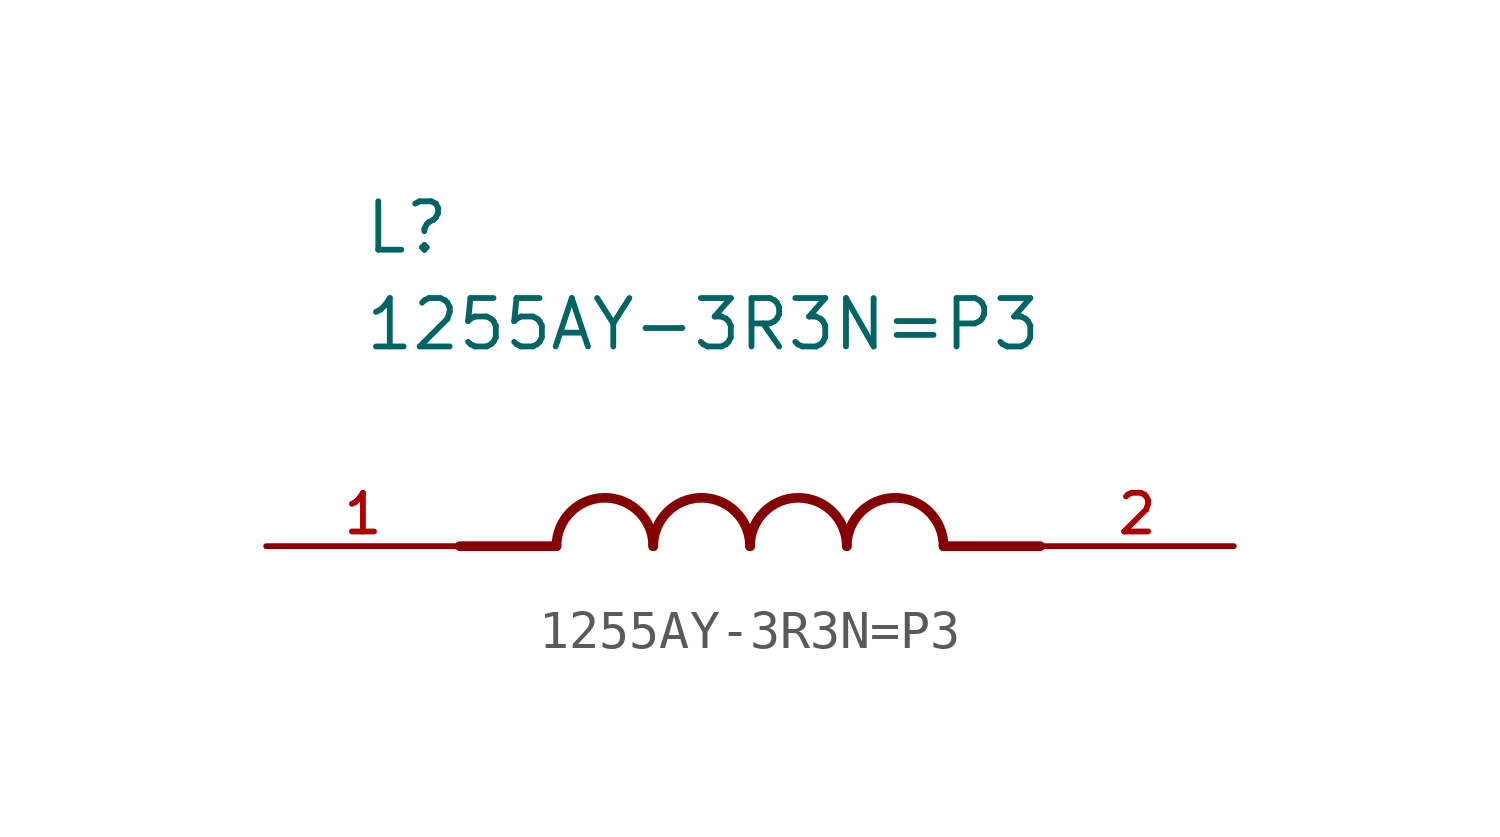
<source format=kicad_sym>
(kicad_symbol_lib
  (version 20211014)
  (generator kicad_symbol_editor)
  (symbol "1255AY-3R3N=P3"
    (pin_names
      (offset 1.016))
    (property "Reference" "L"
      (at -10.16 7.62 0)
      (effects (font (size 1.27 1.27)) (justify bottom left)))
    (property "Value" "1255AY-3R3N=P3"
      (at -10.16 5.08 0)
      (effects (font (size 1.27 1.27)) (justify bottom left)))
    (symbol "1255AY-3R3N=P3_0_0"
      (polyline (pts (xy -5.08 0.0) (xy -7.62 0.0)) (stroke (width 0.254)))
      (polyline (pts (xy 5.08 0.0) (xy 7.62 0.0)) (stroke (width 0.254)))
      (arc (start -2.54 0.0) (mid -3.81 1.27) (end -5.08 0.0) (stroke (width 0.254) (type default) (color 0 0 0 0)) (fill (type none)))
      (arc (start 0.0 0.0) (mid -1.27 1.27) (end -2.54 0.0) (stroke (width 0.254) (type default) (color 0 0 0 0)) (fill (type none)))
      (arc (start 2.54 0.0) (mid 1.27 1.27) (end 0.0 0.0) (stroke (width 0.254) (type default) (color 0 0 0 0)) (fill (type none)))
      (arc (start 5.08 0.0) (mid 3.81 1.27) (end 2.54 0.0) (stroke (width 0.254) (type default) (color 0 0 0 0)) (fill (type none)))
      (pin passive line (at -12.7 0.0 0) (length 5.08) (name "~" (effects (font (size 1.016 1.016)))) (number "1" (effects (font (size 1.016 1.016)))))
      (pin passive line (at 12.7 0.0 180.0) (length 5.08) (name "~" (effects (font (size 1.016 1.016)))) (number "2" (effects (font (size 1.016 1.016))))))))
</source>
